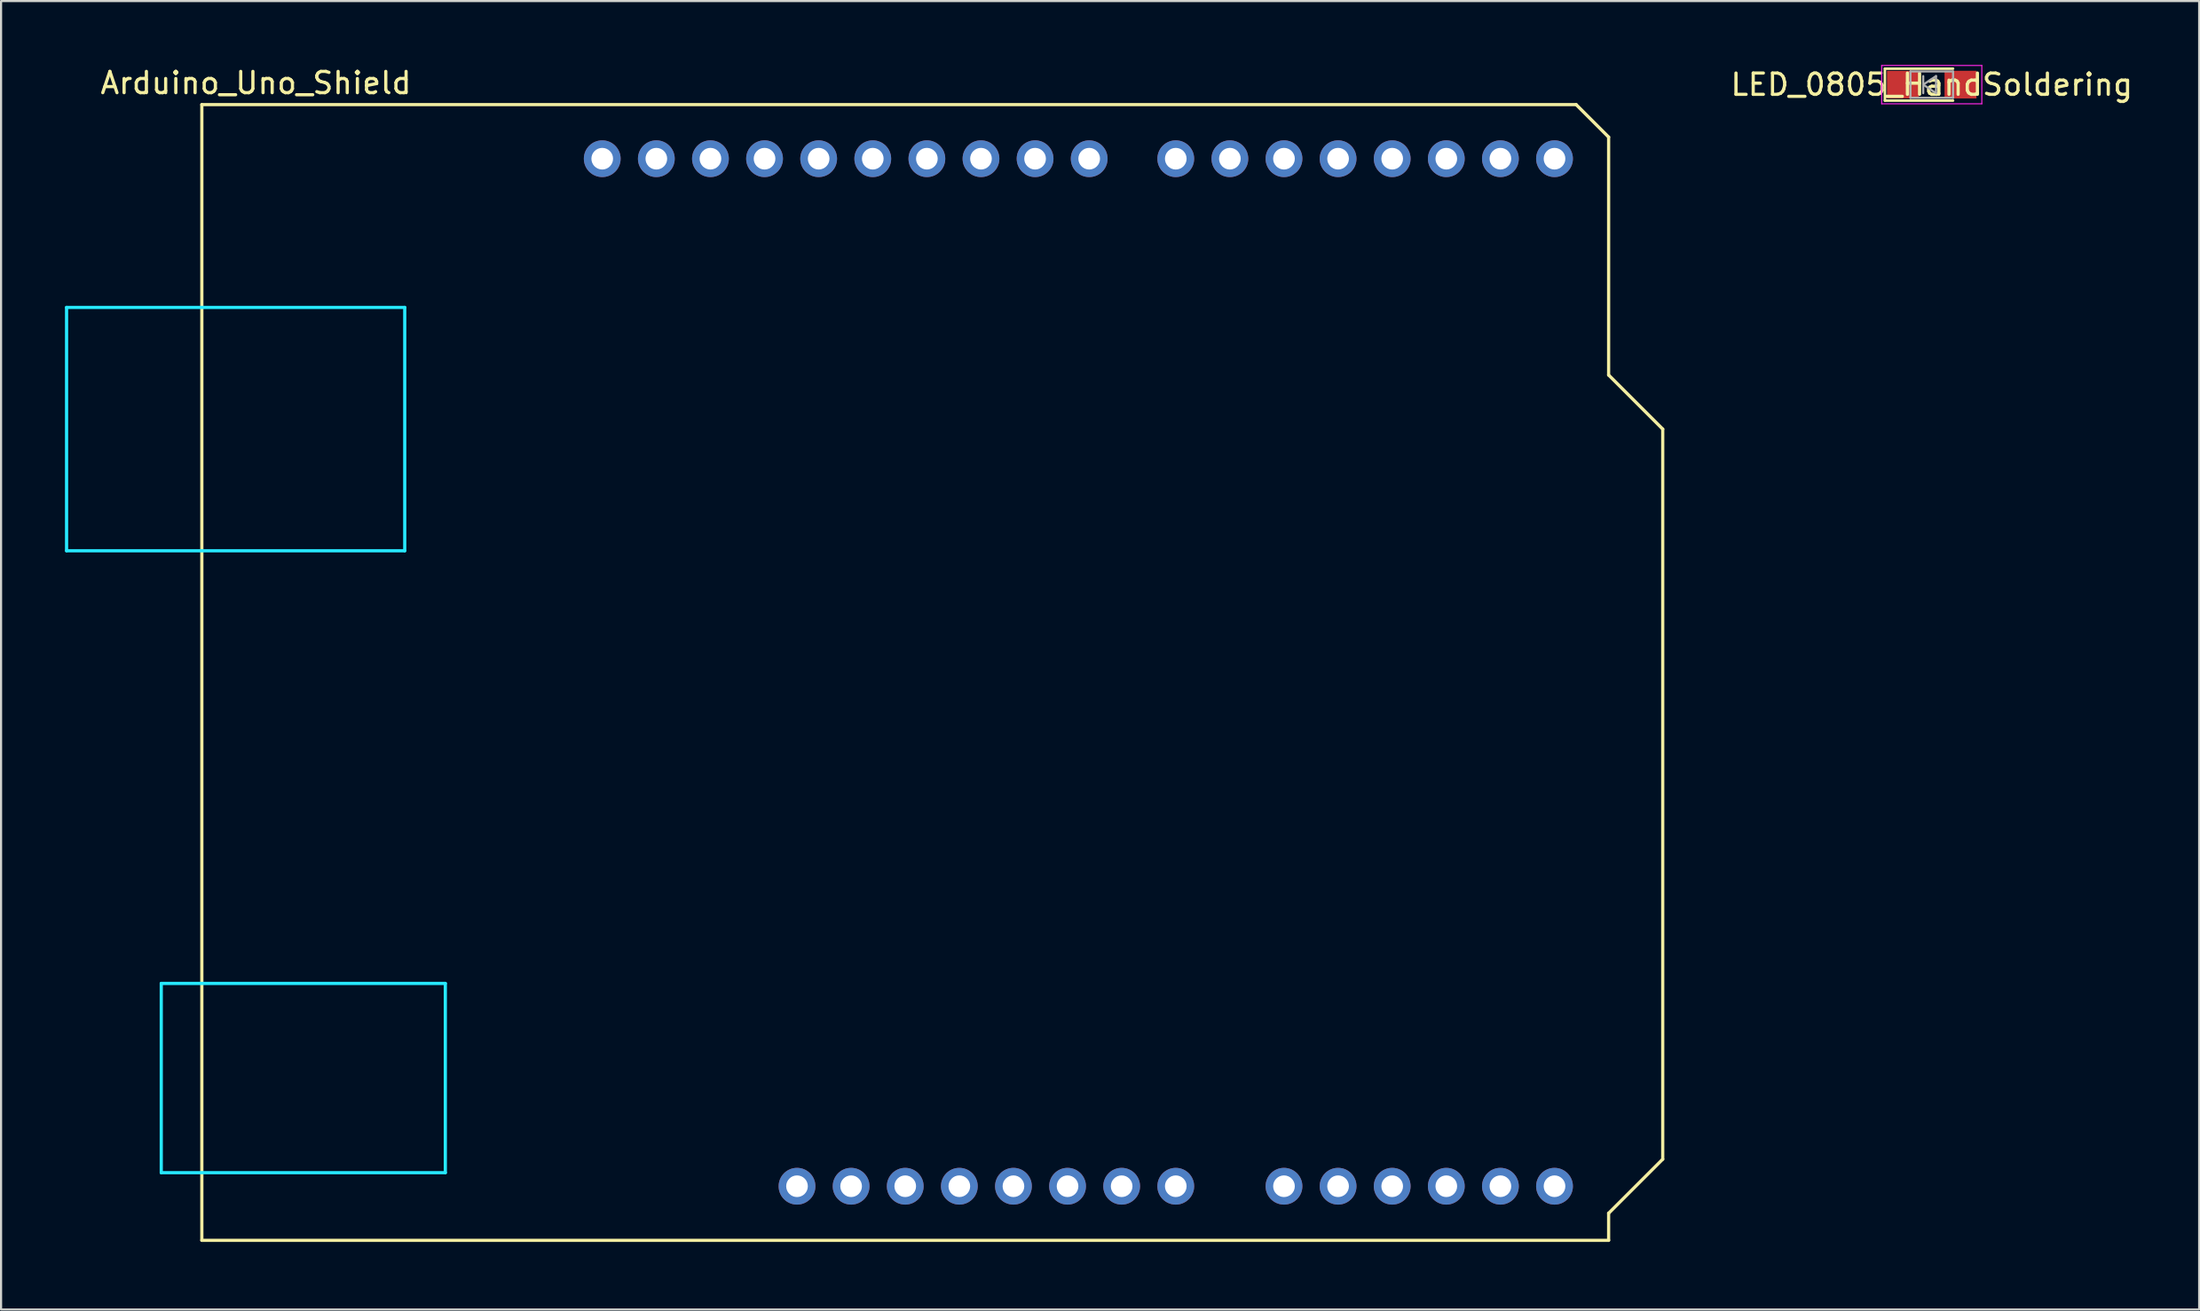
<source format=kicad_pcb>
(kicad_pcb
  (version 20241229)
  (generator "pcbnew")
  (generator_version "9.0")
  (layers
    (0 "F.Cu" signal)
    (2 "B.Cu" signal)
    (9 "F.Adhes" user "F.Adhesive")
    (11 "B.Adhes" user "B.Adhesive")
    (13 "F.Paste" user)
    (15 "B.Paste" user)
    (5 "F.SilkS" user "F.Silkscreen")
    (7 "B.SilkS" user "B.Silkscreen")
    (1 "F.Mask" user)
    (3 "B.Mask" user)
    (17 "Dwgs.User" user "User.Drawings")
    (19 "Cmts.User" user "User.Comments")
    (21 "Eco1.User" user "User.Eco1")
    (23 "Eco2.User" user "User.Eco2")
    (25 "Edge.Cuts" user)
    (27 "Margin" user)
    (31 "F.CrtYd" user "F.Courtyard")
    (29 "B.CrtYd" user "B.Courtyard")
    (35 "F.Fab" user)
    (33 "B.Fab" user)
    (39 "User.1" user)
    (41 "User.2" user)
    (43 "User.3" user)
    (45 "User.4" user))
  (footprint "Arduino_Uno_Shield"
    (layer "F.Cu")
    (at 6.425 55.204)
    (property "Reference" "Arduino_Uno_Shield" (at 2.54 -54.356 0) (layer "F.SilkS") (effects (font (size 1 1) (thickness 0.15))))
    (attr through_hole)
    (fp_line (start 0 -53.34) (end 0 0) (stroke (width 0.15) (type solid)) (layer "F.SilkS"))
    (fp_line (start 0 -53.34) (end 64.516 -53.34) (stroke (width 0.15) (type solid)) (layer "F.SilkS"))
    (fp_line (start 0 0) (end 66.04 0) (stroke (width 0.15) (type solid)) (layer "F.SilkS"))
    (fp_line (start 64.516 -53.34) (end 66.04 -51.816) (stroke (width 0.15) (type solid)) (layer "F.SilkS"))
    (fp_line (start 66.04 -40.64) (end 66.04 -51.816) (stroke (width 0.15) (type solid)) (layer "F.SilkS"))
    (fp_line (start 66.04 -1.27) (end 68.58 -3.81) (stroke (width 0.15) (type solid)) (layer "F.SilkS"))
    (fp_line (start 66.04 0) (end 66.04 -1.27) (stroke (width 0.15) (type solid)) (layer "F.SilkS"))
    (fp_line (start 68.58 -38.1) (end 66.04 -40.64) (stroke (width 0.15) (type solid)) (layer "F.SilkS"))
    (fp_line (start 68.58 -3.81) (end 68.58 -38.1) (stroke (width 0.15) (type solid)) (layer "F.SilkS"))
    (fp_line (start -6.35 -43.815) (end -6.35 -32.385) (stroke (width 0.15) (type solid)) (layer "B.CrtYd"))
    (fp_line (start -1.905 -12.065) (end -1.905 -3.175) (stroke (width 0.15) (type solid)) (layer "B.CrtYd"))
    (fp_line (start -1.905 -12.065) (end 11.43 -12.065) (stroke (width 0.15) (type solid)) (layer "B.CrtYd"))
    (fp_line (start -1.905 -3.175) (end 11.43 -3.175) (stroke (width 0.15) (type solid)) (layer "B.CrtYd"))
    (fp_line (start 9.525 -43.815) (end -6.35 -43.815) (stroke (width 0.15) (type solid)) (layer "B.CrtYd"))
    (fp_line (start 9.525 -43.815) (end 9.525 -32.385) (stroke (width 0.15) (type solid)) (layer "B.CrtYd"))
    (fp_line (start 9.525 -32.385) (end -6.35 -32.385) (stroke (width 0.15) (type solid)) (layer "B.CrtYd"))
    (fp_line (start 11.43 -12.065) (end 11.43 -3.175) (stroke (width 0.15) (type solid)) (layer "B.CrtYd"))
    (pad "" thru_hole oval (at 27.94 -2.54) (size 1.727 1.727) (drill 1.016) (layers "*.Cu" "*.Mask"))
    (pad "3V3" thru_hole oval (at 35.56 -2.54) (size 1.727 1.727) (drill 1.016) (layers "*.Cu" "*.Mask"))
    (pad "5V1" thru_hole oval (at 38.1 -2.54) (size 1.727 1.727) (drill 1.016) (layers "*.Cu" "*.Mask"))
    (pad "A0" thru_hole oval (at 50.8 -2.54) (size 1.727 1.727) (drill 1.016) (layers "*.Cu" "*.Mask"))
    (pad "A1" thru_hole oval (at 53.34 -2.54) (size 1.727 1.727) (drill 1.016) (layers "*.Cu" "*.Mask"))
    (pad "A2" thru_hole oval (at 55.88 -2.54) (size 1.727 1.727) (drill 1.016) (layers "*.Cu" "*.Mask"))
    (pad "A3" thru_hole oval (at 58.42 -2.54) (size 1.727 1.727) (drill 1.016) (layers "*.Cu" "*.Mask"))
    (pad "A4" thru_hole oval (at 60.96 -2.54) (size 1.727 1.727) (drill 1.016) (layers "*.Cu" "*.Mask"))
    (pad "A5" thru_hole oval (at 63.5 -2.54) (size 1.727 1.727) (drill 1.016) (layers "*.Cu" "*.Mask"))
    (pad "AREF" thru_hole oval (at 23.876 -50.8) (size 1.727 1.727) (drill 1.016) (layers "*.Cu" "*.Mask"))
    (pad "D0" thru_hole oval (at 63.5 -50.8) (size 1.727 1.727) (drill 1.016) (layers "*.Cu" "*.Mask"))
    (pad "D1" thru_hole oval (at 60.96 -50.8) (size 1.727 1.727) (drill 1.016) (layers "*.Cu" "*.Mask"))
    (pad "D2" thru_hole oval (at 58.42 -50.8) (size 1.727 1.727) (drill 1.016) (layers "*.Cu" "*.Mask"))
    (pad "D3" thru_hole oval (at 55.88 -50.8) (size 1.727 1.727) (drill 1.016) (layers "*.Cu" "*.Mask"))
    (pad "D4" thru_hole oval (at 53.34 -50.8) (size 1.727 1.727) (drill 1.016) (layers "*.Cu" "*.Mask"))
    (pad "D5" thru_hole oval (at 50.8 -50.8) (size 1.727 1.727) (drill 1.016) (layers "*.Cu" "*.Mask"))
    (pad "D6" thru_hole oval (at 48.26 -50.8) (size 1.727 1.727) (drill 1.016) (layers "*.Cu" "*.Mask"))
    (pad "D7" thru_hole oval (at 45.72 -50.8) (size 1.727 1.727) (drill 1.016) (layers "*.Cu" "*.Mask"))
    (pad "D8" thru_hole oval (at 41.656 -50.8) (size 1.727 1.727) (drill 1.016) (layers "*.Cu" "*.Mask"))
    (pad "D9" thru_hole oval (at 39.116 -50.8) (size 1.727 1.727) (drill 1.016) (layers "*.Cu" "*.Mask"))
    (pad "D10" thru_hole oval (at 36.576 -50.8) (size 1.727 1.727) (drill 1.016) (layers "*.Cu" "*.Mask"))
    (pad "D11" thru_hole oval (at 34.036 -50.8) (size 1.727 1.727) (drill 1.016) (layers "*.Cu" "*.Mask"))
    (pad "D12" thru_hole oval (at 31.496 -50.8) (size 1.727 1.727) (drill 1.016) (layers "*.Cu" "*.Mask"))
    (pad "D13" thru_hole oval (at 28.956 -50.8) (size 1.727 1.727) (drill 1.016) (layers "*.Cu" "*.Mask"))
    (pad "GND1" thru_hole oval (at 26.416 -50.8) (size 1.727 1.727) (drill 1.016) (layers "*.Cu" "*.Mask"))
    (pad "GND2" thru_hole oval (at 40.64 -2.54) (size 1.727 1.727) (drill 1.016) (layers "*.Cu" "*.Mask"))
    (pad "GND3" thru_hole oval (at 43.18 -2.54) (size 1.727 1.727) (drill 1.016) (layers "*.Cu" "*.Mask"))
    (pad "IORF" thru_hole oval (at 30.48 -2.54) (size 1.727 1.727) (drill 1.016) (layers "*.Cu" "*.Mask"))
    (pad "RST1" thru_hole oval (at 33.02 -2.54) (size 1.727 1.727) (drill 1.016) (layers "*.Cu" "*.Mask"))
    (pad "SCL" thru_hole oval (at 18.796 -50.8) (size 1.727 1.727) (drill 1.016) (layers "*.Cu" "*.Mask"))
    (pad "SDA" thru_hole oval (at 21.336 -50.8) (size 1.727 1.727) (drill 1.016) (layers "*.Cu" "*.Mask"))
    (pad "VIN" thru_hole oval (at 45.72 -2.54) (size 1.727 1.727) (drill 1.016) (layers "*.Cu" "*.Mask")))
  (footprint "LED_0805_HandSoldering"
    (layer "F.Cu")
    (at 87.634 0.925)
    (property "Reference" "LED_0805_HandSoldering" (at 0 0 0) (layer "F.SilkS") (effects (font (size 1 1) (thickness 0.15))))
    (attr smd)
    (fp_line (start -2.2 -0.75) (end -2.2 0.75) (stroke (width 0.12) (type solid)) (layer "F.SilkS"))
    (fp_line (start -2.2 -0.75) (end 1 -0.75) (stroke (width 0.12) (type solid)) (layer "F.SilkS"))
    (fp_line (start 1 0.75) (end -2.2 0.75) (stroke (width 0.12) (type solid)) (layer "F.SilkS"))
    (fp_line (start -2.35 -0.9) (end -2.35 0.9) (stroke (width 0.05) (type solid)) (layer "F.CrtYd"))
    (fp_line (start -2.35 -0.9) (end 2.35 -0.9) (stroke (width 0.05) (type solid)) (layer "F.CrtYd"))
    (fp_line (start 2.35 0.9) (end -2.35 0.9) (stroke (width 0.05) (type solid)) (layer "F.CrtYd"))
    (fp_line (start 2.35 0.9) (end 2.35 -0.9) (stroke (width 0.05) (type solid)) (layer "F.CrtYd"))
    (fp_line (start -1 -0.62) (end 1 -0.62) (stroke (width 0.1) (type solid)) (layer "F.Fab"))
    (fp_line (start -1 0.62) (end -1 -0.62) (stroke (width 0.1) (type solid)) (layer "F.Fab"))
    (fp_line (start -0.4 -0.4) (end -0.4 0.4) (stroke (width 0.1) (type solid)) (layer "F.Fab"))
    (fp_line (start -0.4 0) (end 0.2 -0.4) (stroke (width 0.1) (type solid)) (layer "F.Fab"))
    (fp_line (start 0.2 -0.4) (end 0.2 0.4) (stroke (width 0.1) (type solid)) (layer "F.Fab"))
    (fp_line (start 0.2 0.4) (end -0.4 0) (stroke (width 0.1) (type solid)) (layer "F.Fab"))
    (fp_line (start 1 -0.62) (end 1 0.62) (stroke (width 0.1) (type solid)) (layer "F.Fab"))
    (fp_line (start 1 0.62) (end -1 0.62) (stroke (width 0.1) (type solid)) (layer "F.Fab"))
    (pad "1" smd rect (at -1.35 0) (size 1.5 1.3) (layers "F.Cu" "F.Mask" "F.Paste"))
    (pad "2" smd rect (at 1.35 0) (size 1.5 1.3) (layers "F.Cu" "F.Mask" "F.Paste")))
  (gr_rect
    (start -3 -3)
    (end 100.187 58.454)
    (stroke (width 0.1) (type default))
    (fill no)
    (layer "Edge.Cuts")))
</source>
